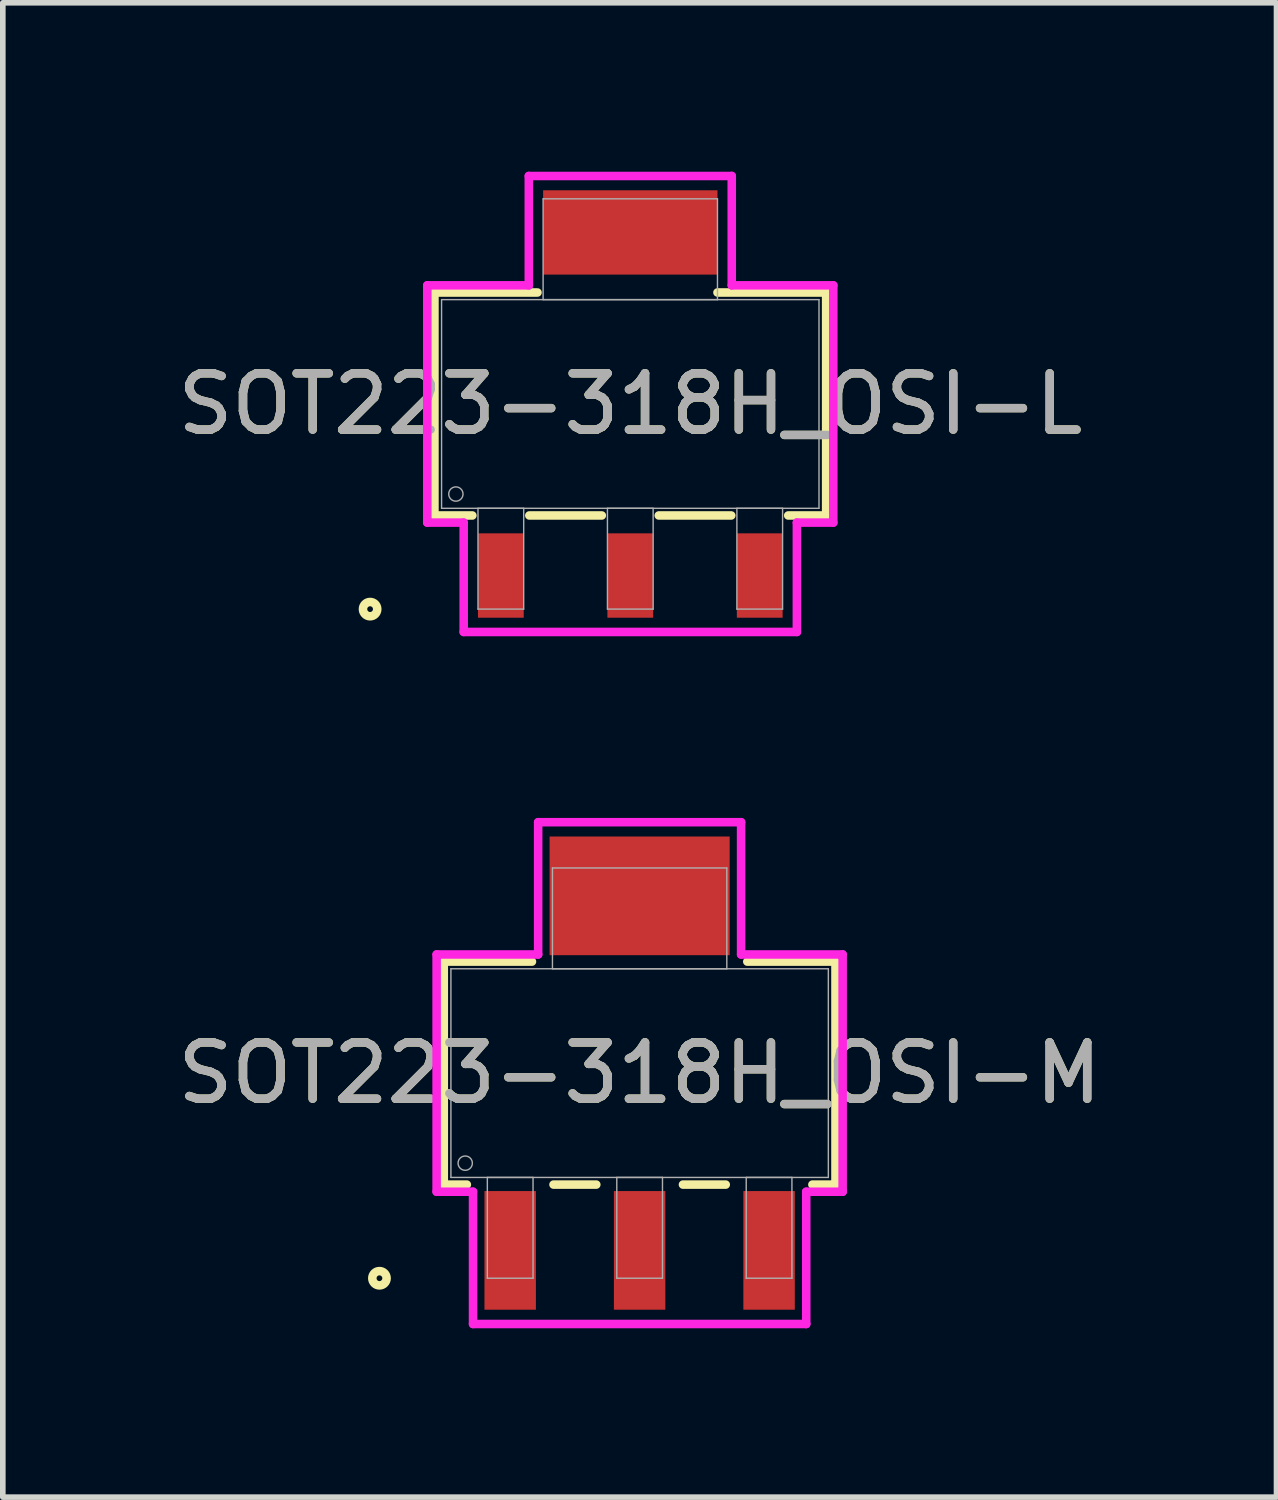
<source format=kicad_pcb>
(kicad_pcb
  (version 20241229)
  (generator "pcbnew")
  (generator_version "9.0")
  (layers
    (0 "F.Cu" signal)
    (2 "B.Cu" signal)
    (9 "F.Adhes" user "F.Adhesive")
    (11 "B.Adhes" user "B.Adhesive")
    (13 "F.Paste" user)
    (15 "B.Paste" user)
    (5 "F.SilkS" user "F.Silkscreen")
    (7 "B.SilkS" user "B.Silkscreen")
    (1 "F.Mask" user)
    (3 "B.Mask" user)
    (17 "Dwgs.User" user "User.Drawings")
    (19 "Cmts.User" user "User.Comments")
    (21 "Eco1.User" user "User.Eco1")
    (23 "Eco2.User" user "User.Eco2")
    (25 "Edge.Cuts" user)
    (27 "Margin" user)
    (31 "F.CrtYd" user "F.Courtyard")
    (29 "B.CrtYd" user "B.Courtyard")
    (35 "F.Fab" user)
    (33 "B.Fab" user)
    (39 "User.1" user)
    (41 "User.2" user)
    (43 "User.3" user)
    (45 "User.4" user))
  (footprint "SOT223-318H_OSI-L"
    (layer "F.Cu")
    (at 8.149 4.128)
    (property "Reference" "SOT223-318H_OSI-L" (at 0 0 0) (unlocked yes) (layer "F.SilkS") (effects (font (size 1 1) (thickness 0.15))))
    (attr smd)
    (fp_poly (pts (xy 1.549 -3.797) (xy -1.549 -3.797) (xy -1.549 -2.299) (xy 1.549 -2.299)) (stroke (width 0) (type solid)) (fill yes) (layer "F.Cu"))
    (fp_poly (pts (xy 1.549 -3.95) (xy -1.549 -3.95) (xy -1.549 -2.045) (xy 1.549 -2.045)) (stroke (width 0) (type solid)) (fill yes) (layer "F.Mask"))
    (fp_line (start -3.48 -1.981) (end -3.48 1.981) (stroke (width 0.152) (type solid)) (layer "F.SilkS"))
    (fp_line (start -3.48 1.981) (end -2.806 1.981) (stroke (width 0.152) (type solid)) (layer "F.SilkS"))
    (fp_line (start -1.794 1.981) (end -0.506 1.981) (stroke (width 0.152) (type solid)) (layer "F.SilkS"))
    (fp_line (start -1.649 -1.981) (end -3.48 -1.981) (stroke (width 0.152) (type solid)) (layer "F.SilkS"))
    (fp_line (start 0.506 1.981) (end 1.794 1.981) (stroke (width 0.152) (type solid)) (layer "F.SilkS"))
    (fp_line (start 2.806 1.981) (end 3.48 1.981) (stroke (width 0.152) (type solid)) (layer "F.SilkS"))
    (fp_line (start 3.48 -1.981) (end 1.549 -1.981) (stroke (width 0.152) (type solid)) (layer "F.SilkS"))
    (fp_line (start 3.48 1.981) (end 3.48 -1.981) (stroke (width 0.152) (type solid)) (layer "F.SilkS"))
    (fp_circle (center -4.623 3.645) (end -4.496 3.645) (stroke (width 0.152) (type solid)) (fill no) (layer "F.SilkS"))
    (fp_poly (pts (xy 1.549 -3.797) (xy -1.549 -3.797) (xy -1.549 -2.299) (xy 1.549 -2.299)) (stroke (width 0) (type solid)) (fill yes) (layer "F.Paste"))
    (fp_line (start -3.607 -2.108) (end -1.803 -2.108) (stroke (width 0.152) (type solid)) (layer "F.CrtYd"))
    (fp_line (start -3.607 2.108) (end -3.607 -2.108) (stroke (width 0.152) (type solid)) (layer "F.CrtYd"))
    (fp_line (start -2.96 2.108) (end -3.607 2.108) (stroke (width 0.152) (type solid)) (layer "F.CrtYd"))
    (fp_line (start -2.96 4.051) (end -2.96 2.108) (stroke (width 0.152) (type solid)) (layer "F.CrtYd"))
    (fp_line (start -1.803 -4.051) (end 1.803 -4.051) (stroke (width 0.152) (type solid)) (layer "F.CrtYd"))
    (fp_line (start -1.803 -2.108) (end -1.803 -4.051) (stroke (width 0.152) (type solid)) (layer "F.CrtYd"))
    (fp_line (start 1.803 -4.051) (end 1.803 -2.108) (stroke (width 0.152) (type solid)) (layer "F.CrtYd"))
    (fp_line (start 1.803 -2.108) (end 3.607 -2.108) (stroke (width 0.152) (type solid)) (layer "F.CrtYd"))
    (fp_line (start 2.96 2.108) (end 2.96 4.051) (stroke (width 0.152) (type solid)) (layer "F.CrtYd"))
    (fp_line (start 2.96 4.051) (end -2.96 4.051) (stroke (width 0.152) (type solid)) (layer "F.CrtYd"))
    (fp_line (start 3.607 -2.108) (end 3.607 2.108) (stroke (width 0.152) (type solid)) (layer "F.CrtYd"))
    (fp_line (start 3.607 2.108) (end 2.96 2.108) (stroke (width 0.152) (type solid)) (layer "F.CrtYd"))
    (fp_line (start -3.353 -1.854) (end -3.353 1.854) (stroke (width 0.025) (type solid)) (layer "F.Fab"))
    (fp_line (start -3.353 1.854) (end 3.353 1.854) (stroke (width 0.025) (type solid)) (layer "F.Fab"))
    (fp_line (start -2.706 1.854) (end -2.706 3.645) (stroke (width 0.025) (type solid)) (layer "F.Fab"))
    (fp_line (start -2.706 3.645) (end -1.894 3.645) (stroke (width 0.025) (type solid)) (layer "F.Fab"))
    (fp_line (start -1.894 1.854) (end -2.706 1.854) (stroke (width 0.025) (type solid)) (layer "F.Fab"))
    (fp_line (start -1.894 3.645) (end -1.894 1.854) (stroke (width 0.025) (type solid)) (layer "F.Fab"))
    (fp_line (start -1.549 -3.645) (end -1.549 -1.854) (stroke (width 0.025) (type solid)) (layer "F.Fab"))
    (fp_line (start -1.549 -1.854) (end 1.549 -1.854) (stroke (width 0.025) (type solid)) (layer "F.Fab"))
    (fp_line (start -0.406 1.854) (end -0.406 3.645) (stroke (width 0.025) (type solid)) (layer "F.Fab"))
    (fp_line (start -0.406 3.645) (end 0.406 3.645) (stroke (width 0.025) (type solid)) (layer "F.Fab"))
    (fp_line (start 0.406 1.854) (end -0.406 1.854) (stroke (width 0.025) (type solid)) (layer "F.Fab"))
    (fp_line (start 0.406 3.645) (end 0.406 1.854) (stroke (width 0.025) (type solid)) (layer "F.Fab"))
    (fp_line (start 1.549 -3.645) (end -1.549 -3.645) (stroke (width 0.025) (type solid)) (layer "F.Fab"))
    (fp_line (start 1.549 -1.854) (end 1.549 -3.645) (stroke (width 0.025) (type solid)) (layer "F.Fab"))
    (fp_line (start 1.894 1.854) (end 1.894 3.645) (stroke (width 0.025) (type solid)) (layer "F.Fab"))
    (fp_line (start 1.894 3.645) (end 2.706 3.645) (stroke (width 0.025) (type solid)) (layer "F.Fab"))
    (fp_line (start 2.706 1.854) (end 1.894 1.854) (stroke (width 0.025) (type solid)) (layer "F.Fab"))
    (fp_line (start 2.706 3.645) (end 2.706 1.854) (stroke (width 0.025) (type solid)) (layer "F.Fab"))
    (fp_line (start 3.353 -1.854) (end -3.353 -1.854) (stroke (width 0.025) (type solid)) (layer "F.Fab"))
    (fp_line (start 3.353 1.854) (end 3.353 -1.854) (stroke (width 0.025) (type solid)) (layer "F.Fab"))
    (fp_circle (center -3.099 1.6) (end -2.972 1.6) (stroke (width 0.025) (type solid)) (fill no) (layer "F.Fab"))
    (fp_text user "${REFERENCE}" (at 0 0 0) (unlocked yes) (layer "F.Fab") (effects (font (size 1 1) (thickness 0.15))))
    (pad "1" smd rect (at -2.3 3.048) (size 0.813 1.499) (layers "F.Cu" "F.Mask" "F.Paste"))
    (pad "2" smd rect (at 0 3.048) (size 0.813 1.499) (layers "F.Cu" "F.Mask" "F.Paste"))
    (pad "3" smd rect (at 2.3 3.048) (size 0.813 1.499) (layers "F.Cu" "F.Mask" "F.Paste")))
  (footprint "SOT223-318H_OSI-M"
    (layer "F.Cu")
    (at 8.315 16.017)
    (property "Reference" "SOT223-318H_OSI-M" (at 0 0 0) (unlocked yes) (layer "F.SilkS") (effects (font (size 1 1) (thickness 0.15))))
    (attr smd)
    (fp_poly (pts (xy 1.6 -4.204) (xy -1.6 -4.204) (xy -1.6 -2.095) (xy 1.6 -2.095)) (stroke (width 0) (type solid)) (fill yes) (layer "F.Cu"))
    (fp_poly (pts (xy 1.651 -4.763) (xy -1.651 -4.763) (xy -1.651 -1.638) (xy 1.651 -1.638)) (stroke (width 0) (type solid)) (fill yes) (layer "F.Mask"))
    (fp_line (start -3.48 -1.981) (end -3.48 1.981) (stroke (width 0.152) (type solid)) (layer "F.SilkS"))
    (fp_line (start -3.48 1.981) (end -3.07 1.981) (stroke (width 0.152) (type solid)) (layer "F.SilkS"))
    (fp_line (start -1.913 -1.981) (end -3.48 -1.981) (stroke (width 0.152) (type solid)) (layer "F.SilkS"))
    (fp_line (start -1.53 1.981) (end -0.77 1.981) (stroke (width 0.152) (type solid)) (layer "F.SilkS"))
    (fp_line (start 0.77 1.981) (end 1.53 1.981) (stroke (width 0.152) (type solid)) (layer "F.SilkS"))
    (fp_line (start 3.07 1.981) (end 3.48 1.981) (stroke (width 0.152) (type solid)) (layer "F.SilkS"))
    (fp_line (start 3.48 -1.981) (end 1.913 -1.981) (stroke (width 0.152) (type solid)) (layer "F.SilkS"))
    (fp_line (start 3.48 1.981) (end 3.48 -1.981) (stroke (width 0.152) (type solid)) (layer "F.SilkS"))
    (fp_circle (center -4.623 3.645) (end -4.496 3.645) (stroke (width 0.152) (type solid)) (fill no) (layer "F.SilkS"))
    (fp_poly (pts (xy 1.6 -4.204) (xy -1.6 -4.204) (xy -1.6 -2.095) (xy 1.6 -2.095)) (stroke (width 0) (type solid)) (fill yes) (layer "F.Paste"))
    (fp_line (start -3.607 -2.108) (end -1.803 -2.108) (stroke (width 0.152) (type solid)) (layer "F.CrtYd"))
    (fp_line (start -3.607 2.108) (end -3.607 -2.108) (stroke (width 0.152) (type solid)) (layer "F.CrtYd"))
    (fp_line (start -2.96 2.108) (end -3.607 2.108) (stroke (width 0.152) (type solid)) (layer "F.CrtYd"))
    (fp_line (start -2.96 4.458) (end -2.96 2.108) (stroke (width 0.152) (type solid)) (layer "F.CrtYd"))
    (fp_line (start -1.803 -4.458) (end 1.803 -4.458) (stroke (width 0.152) (type solid)) (layer "F.CrtYd"))
    (fp_line (start -1.803 -2.108) (end -1.803 -4.458) (stroke (width 0.152) (type solid)) (layer "F.CrtYd"))
    (fp_line (start 1.803 -4.458) (end 1.803 -2.108) (stroke (width 0.152) (type solid)) (layer "F.CrtYd"))
    (fp_line (start 1.803 -2.108) (end 3.607 -2.108) (stroke (width 0.152) (type solid)) (layer "F.CrtYd"))
    (fp_line (start 2.96 2.108) (end 2.96 4.458) (stroke (width 0.152) (type solid)) (layer "F.CrtYd"))
    (fp_line (start 2.96 4.458) (end -2.96 4.458) (stroke (width 0.152) (type solid)) (layer "F.CrtYd"))
    (fp_line (start 3.607 -2.108) (end 3.607 2.108) (stroke (width 0.152) (type solid)) (layer "F.CrtYd"))
    (fp_line (start 3.607 2.108) (end 2.96 2.108) (stroke (width 0.152) (type solid)) (layer "F.CrtYd"))
    (fp_line (start -3.353 -1.854) (end -3.353 1.854) (stroke (width 0.025) (type solid)) (layer "F.Fab"))
    (fp_line (start -3.353 1.854) (end 3.353 1.854) (stroke (width 0.025) (type solid)) (layer "F.Fab"))
    (fp_line (start -2.706 1.854) (end -2.706 3.645) (stroke (width 0.025) (type solid)) (layer "F.Fab"))
    (fp_line (start -2.706 3.645) (end -1.894 3.645) (stroke (width 0.025) (type solid)) (layer "F.Fab"))
    (fp_line (start -1.894 1.854) (end -2.706 1.854) (stroke (width 0.025) (type solid)) (layer "F.Fab"))
    (fp_line (start -1.894 3.645) (end -1.894 1.854) (stroke (width 0.025) (type solid)) (layer "F.Fab"))
    (fp_line (start -1.549 -3.645) (end -1.549 -1.854) (stroke (width 0.025) (type solid)) (layer "F.Fab"))
    (fp_line (start -1.549 -1.854) (end 1.549 -1.854) (stroke (width 0.025) (type solid)) (layer "F.Fab"))
    (fp_line (start -0.406 1.854) (end -0.406 3.645) (stroke (width 0.025) (type solid)) (layer "F.Fab"))
    (fp_line (start -0.406 3.645) (end 0.406 3.645) (stroke (width 0.025) (type solid)) (layer "F.Fab"))
    (fp_line (start 0.406 1.854) (end -0.406 1.854) (stroke (width 0.025) (type solid)) (layer "F.Fab"))
    (fp_line (start 0.406 3.645) (end 0.406 1.854) (stroke (width 0.025) (type solid)) (layer "F.Fab"))
    (fp_line (start 1.549 -3.645) (end -1.549 -3.645) (stroke (width 0.025) (type solid)) (layer "F.Fab"))
    (fp_line (start 1.549 -1.854) (end 1.549 -3.645) (stroke (width 0.025) (type solid)) (layer "F.Fab"))
    (fp_line (start 1.894 1.854) (end 1.894 3.645) (stroke (width 0.025) (type solid)) (layer "F.Fab"))
    (fp_line (start 1.894 3.645) (end 2.706 3.645) (stroke (width 0.025) (type solid)) (layer "F.Fab"))
    (fp_line (start 2.706 1.854) (end 1.894 1.854) (stroke (width 0.025) (type solid)) (layer "F.Fab"))
    (fp_line (start 2.706 3.645) (end 2.706 1.854) (stroke (width 0.025) (type solid)) (layer "F.Fab"))
    (fp_line (start 3.353 -1.854) (end -3.353 -1.854) (stroke (width 0.025) (type solid)) (layer "F.Fab"))
    (fp_line (start 3.353 1.854) (end 3.353 -1.854) (stroke (width 0.025) (type solid)) (layer "F.Fab"))
    (fp_circle (center -3.099 1.6) (end -2.972 1.6) (stroke (width 0.025) (type solid)) (fill no) (layer "F.Fab"))
    (fp_text user "${REFERENCE}" (at 0 0 0) (unlocked yes) (layer "F.Fab") (effects (font (size 1 1) (thickness 0.15))))
    (pad "1" smd rect (at -2.3 3.15) (size 0.914 2.108) (layers "F.Cu" "F.Mask" "F.Paste"))
    (pad "2" smd rect (at 0 3.15) (size 0.914 2.108) (layers "F.Cu" "F.Mask" "F.Paste"))
    (pad "3" smd rect (at 2.3 3.15) (size 0.914 2.108) (layers "F.Cu" "F.Mask" "F.Paste")))
  (gr_rect
    (start -3 -3)
    (end 19.631 23.551)
    (stroke (width 0.1) (type default))
    (fill no)
    (layer "Edge.Cuts")))
</source>
